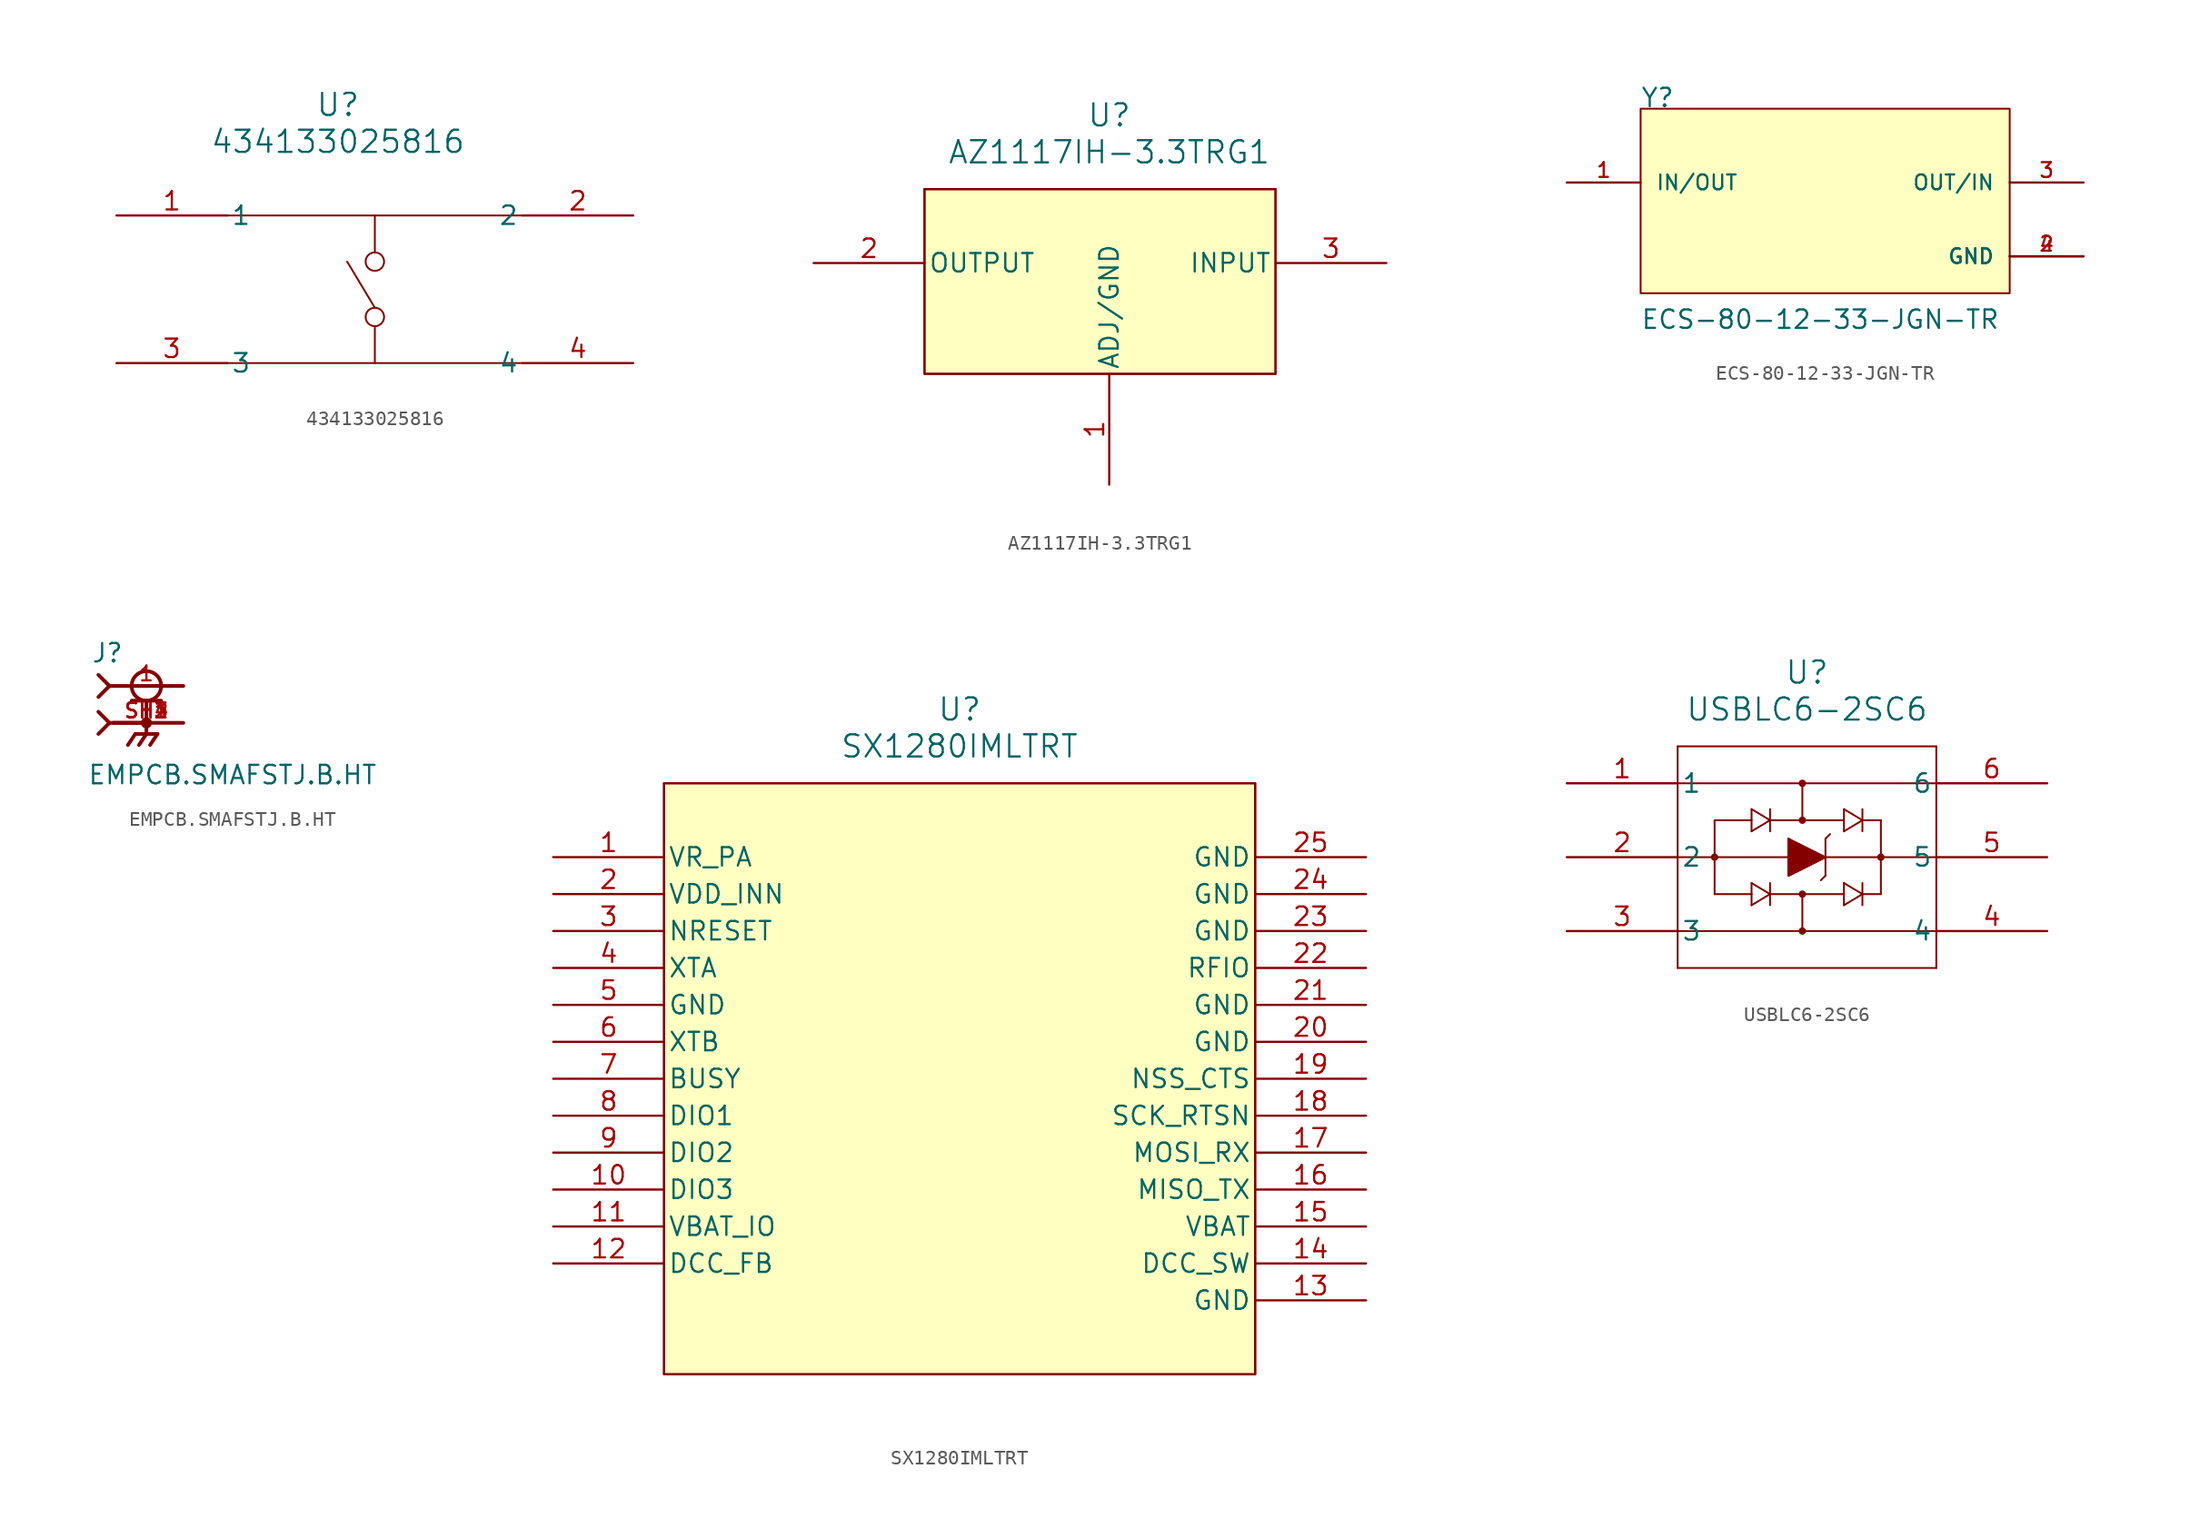
<source format=kicad_sym>
(kicad_symbol_lib
  (version 20220914)
  (generator kicad_symbol_editor)
  (symbol "434133025816"
    (pin_names
      (offset 0.254))
    (property "Reference" "U"
      (at 15.24 7.62 0)
      (effects (font (size 1.524 1.524))))
    (property "Value" "434133025816"
      (at 15.24 5.08 0)
      (effects (font (size 1.524 1.524))))
    (property "ki_locked" ""
      (at 0 0 0)
      (effects (font (size 1.27 1.27))))
    (symbol "434133025816_0_1"
      (polyline (pts (xy 7.62 -10.16) (xy 27.94 -10.16)) (stroke (width 0.127) (type default)) (fill (type none)))
      (polyline (pts (xy 7.62 0) (xy 27.94 0)) (stroke (width 0.127) (type default)) (fill (type none)))
      (polyline (pts (xy 17.78 -10.16) (xy 17.78 -7.62)) (stroke (width 0.127) (type default)) (fill (type none)))
      (polyline (pts (xy 17.78 -6.35) (xy 15.875 -3.175)) (stroke (width 0.127) (type default)) (fill (type none)))
      (polyline (pts (xy 17.78 0) (xy 17.78 -2.54)) (stroke (width 0.127) (type default)) (fill (type none)))
      (circle (center 17.78 -6.985) (radius 0.635) (stroke (width 0.127) (type default)) (fill (type none)))
      (circle (center 17.78 -3.175) (radius 0.635) (stroke (width 0.127) (type default)) (fill (type none)))
      (pin unspecified line (at 0 0 0) (length 7.62) (name "1" (effects (font (size 1.27 1.27)))) (number "1" (effects (font (size 1.27 1.27)))))
      (pin unspecified line (at 35.56 0 180) (length 7.62) (name "2" (effects (font (size 1.27 1.27)))) (number "2" (effects (font (size 1.27 1.27)))))
      (pin unspecified line (at 0 -10.16 0) (length 7.62) (name "3" (effects (font (size 1.27 1.27)))) (number "3" (effects (font (size 1.27 1.27)))))
      (pin unspecified line (at 35.56 -10.16 180) (length 7.62) (name "4" (effects (font (size 1.27 1.27)))) (number "4" (effects (font (size 1.27 1.27)))))))
  (symbol "AZ1117IH-3.3TRG1"
    (pin_names
      (offset 0.254))
    (property "Reference" "U"
      (at 0 11.43 0)
      (effects (font (size 1.524 1.524))))
    (property "Value" "AZ1117IH-3.3TRG1"
      (at 0 8.89 0)
      (effects (font (size 1.524 1.524))))
    (property "ki_locked" ""
      (at 0 0 0)
      (effects (font (size 1.27 1.27))))
    (symbol "AZ1117IH-3.3TRG1_0_1"
      (polyline (pts (xy -12.7 -6.35) (xy 11.43 -6.35)) (stroke (width 0.127) (type default)) (fill (type none)))
      (polyline (pts (xy -12.7 6.35) (xy -12.7 -6.35)) (stroke (width 0.127) (type default)) (fill (type none)))
      (polyline (pts (xy 11.43 -6.35) (xy 11.43 6.35)) (stroke (width 0.127) (type default)) (fill (type none)))
      (polyline (pts (xy 11.43 6.35) (xy -12.7 6.35)) (stroke (width 0.127) (type default)) (fill (type none)))
      (pin power_out line (at 0 -13.97 90) (length 7.62) (name "ADJ/GND" (effects (font (size 1.27 1.27)))) (number "1" (effects (font (size 1.27 1.27)))))
      (pin output line (at -20.32 1.27 0) (length 7.62) (name "OUTPUT" (effects (font (size 1.27 1.27)))) (number "2" (effects (font (size 1.27 1.27)))))
      (pin unspecified line (at 19.05 1.27 180) (length 7.62) (name "INPUT" (effects (font (size 1.27 1.27)))) (number "3" (effects (font (size 1.27 1.27))))))
    (symbol "AZ1117IH-3.3TRG1_1_1"
      (rectangle (start -12.7 6.35) (end 11.43 -6.35) (stroke (width 0) (type default)) (fill (type background)))))
  (symbol "ECS-80-12-33-JGN-TR"
    (pin_names
      (offset 1.016))
    (property "Reference" "Y"
      (at -12.717 7.63 0)
      (effects (font (size 1.27 1.27)) (justify left bottom)))
    (property "Value" "ECS-80-12-33-JGN-TR"
      (at -12.715 -7.629 0)
      (effects (font (size 1.27 1.27)) (justify left bottom)))
    (symbol "ECS-80-12-33-JGN-TR_0_0"
      (rectangle (start -12.7 -5.08) (end 12.7 7.62) (stroke (width 0.127) (type default)) (fill (type background)))
      (pin bidirectional line (at -17.78 2.54 0) (length 5.08) (name "IN/OUT" (effects (font (size 1.016 1.016)))) (number "1" (effects (font (size 1.016 1.016)))))
      (pin power_in line (at 17.78 -2.54 180) (length 5.08) (name "GND" (effects (font (size 1.016 1.016)))) (number "2" (effects (font (size 1.016 1.016)))))
      (pin bidirectional line (at 17.78 2.54 180) (length 5.08) (name "OUT/IN" (effects (font (size 1.016 1.016)))) (number "3" (effects (font (size 1.016 1.016)))))
      (pin power_in line (at 17.78 -2.54 180) (length 5.08) (name "GND" (effects (font (size 1.016 1.016)))) (number "4" (effects (font (size 1.016 1.016)))))))
  (symbol "EMPCB.SMAFSTJ.B.HT"
    (pin_names
      (offset 1.016))
    (property "Reference" "J"
      (at -3.81 4.064 0)
      (effects (font (size 1.27 1.27)) (justify left bottom)))
    (property "Value" "EMPCB.SMAFSTJ.B.HT"
      (at -4.067 -4.321 0)
      (effects (font (size 1.27 1.27)) (justify left bottom)))
    (symbol "EMPCB.SMAFSTJ.B.HT_0_0"
      (polyline (pts (xy -3.302 -0.762) (xy -2.54 0)) (stroke (width 0.254) (type default)) (fill (type none)))
      (polyline (pts (xy -3.302 0.762) (xy -2.54 0)) (stroke (width 0.254) (type default)) (fill (type none)))
      (polyline (pts (xy -3.302 1.778) (xy -2.54 2.54)) (stroke (width 0.254) (type default)) (fill (type none)))
      (polyline (pts (xy -3.302 3.302) (xy -2.54 2.54)) (stroke (width 0.254) (type default)) (fill (type none)))
      (polyline (pts (xy -2.54 0) (xy 0 0)) (stroke (width 0.254) (type default)) (fill (type none)))
      (polyline (pts (xy -2.54 2.54) (xy 2.54 2.54)) (stroke (width 0.254) (type default)) (fill (type none)))
      (polyline (pts (xy -1.016 1.524) (xy 0 1.524)) (stroke (width 0.254) (type default)) (fill (type none)))
      (polyline (pts (xy -0.762 -0.762) (xy -1.27 -1.524)) (stroke (width 0.254) (type default)) (fill (type none)))
      (polyline (pts (xy 0 -0.762) (xy -0.762 -0.762)) (stroke (width 0.254) (type default)) (fill (type none)))
      (polyline (pts (xy 0 -0.762) (xy -0.508 -1.524)) (stroke (width 0.254) (type default)) (fill (type none)))
      (polyline (pts (xy 0 -0.762) (xy 0.762 -0.762)) (stroke (width 0.254) (type default)) (fill (type none)))
      (polyline (pts (xy 0 0) (xy -2.286 0)) (stroke (width 0.254) (type default)) (fill (type none)))
      (polyline (pts (xy 0 0) (xy 0 -0.762)) (stroke (width 0.254) (type default)) (fill (type none)))
      (polyline (pts (xy 0 1.524) (xy 0 0)) (stroke (width 0.254) (type default)) (fill (type none)))
      (polyline (pts (xy 0 1.524) (xy 1.016 1.524)) (stroke (width 0.254) (type default)) (fill (type none)))
      (polyline (pts (xy 0.762 -0.762) (xy 0.254 -1.524)) (stroke (width 0.254) (type default)) (fill (type none)))
      (polyline (pts (xy 2.54 0) (xy 0 0)) (stroke (width 0.254) (type default)) (fill (type none)))
      (circle (center 0 0) (radius 0.254) (stroke (width 0.254) (type default)) (fill (type none)))
      (circle (center 0 2.54) (radius 1.016) (stroke (width 0.254) (type default)) (fill (type none)))
      (pin passive line (at 2.54 2.54 180) (length 5.08) (name "~" (effects (font (size 1.016 1.016)))) (number "1" (effects (font (size 1.016 1.016)))))
      (pin passive line (at 2.54 0 180) (length 5.08) (name "~" (effects (font (size 1.016 1.016)))) (number "SH1" (effects (font (size 1.016 1.016)))))
      (pin passive line (at 2.54 0 180) (length 5.08) (name "~" (effects (font (size 1.016 1.016)))) (number "SH2" (effects (font (size 1.016 1.016)))))
      (pin passive line (at 2.54 0 180) (length 5.08) (name "~" (effects (font (size 1.016 1.016)))) (number "SH3" (effects (font (size 1.016 1.016)))))
      (pin passive line (at 2.54 0 180) (length 5.08) (name "~" (effects (font (size 1.016 1.016)))) (number "SH4" (effects (font (size 1.016 1.016)))))))
  (symbol "SX1280IMLTRT"
    (pin_names
      (offset 0.254))
    (property "Reference" "U"
      (at 27.94 10.16 0)
      (effects (font (size 1.524 1.524))))
    (property "Value" "SX1280IMLTRT"
      (at 27.94 7.62 0)
      (effects (font (size 1.524 1.524))))
    (property "ki_locked" ""
      (at 0 0 0)
      (effects (font (size 1.27 1.27))))
    (symbol "SX1280IMLTRT_0_1"
      (polyline (pts (xy 7.62 -35.56) (xy 48.26 -35.56)) (stroke (width 0.127) (type default)) (fill (type none)))
      (polyline (pts (xy 7.62 5.08) (xy 7.62 -35.56)) (stroke (width 0.127) (type default)) (fill (type none)))
      (polyline (pts (xy 48.26 -35.56) (xy 48.26 5.08)) (stroke (width 0.127) (type default)) (fill (type none)))
      (polyline (pts (xy 48.26 5.08) (xy 7.62 5.08)) (stroke (width 0.127) (type default)) (fill (type none)))
      (pin power_in line (at 0 0 0) (length 7.62) (name "VR_PA" (effects (font (size 1.27 1.27)))) (number "1" (effects (font (size 1.27 1.27)))))
      (pin bidirectional line (at 0 -22.86 0) (length 7.62) (name "DIO3" (effects (font (size 1.27 1.27)))) (number "10" (effects (font (size 1.27 1.27)))))
      (pin power_in line (at 0 -25.4 0) (length 7.62) (name "VBAT_IO" (effects (font (size 1.27 1.27)))) (number "11" (effects (font (size 1.27 1.27)))))
      (pin output line (at 0 -27.94 0) (length 7.62) (name "DCC_FB" (effects (font (size 1.27 1.27)))) (number "12" (effects (font (size 1.27 1.27)))))
      (pin power_out line (at 55.88 -30.48 180) (length 7.62) (name "GND" (effects (font (size 1.27 1.27)))) (number "13" (effects (font (size 1.27 1.27)))))
      (pin output line (at 55.88 -27.94 180) (length 7.62) (name "DCC_SW" (effects (font (size 1.27 1.27)))) (number "14" (effects (font (size 1.27 1.27)))))
      (pin power_in line (at 55.88 -25.4 180) (length 7.62) (name "VBAT" (effects (font (size 1.27 1.27)))) (number "15" (effects (font (size 1.27 1.27)))))
      (pin output line (at 55.88 -22.86 180) (length 7.62) (name "MISO_TX" (effects (font (size 1.27 1.27)))) (number "16" (effects (font (size 1.27 1.27)))))
      (pin input line (at 55.88 -20.32 180) (length 7.62) (name "MOSI_RX" (effects (font (size 1.27 1.27)))) (number "17" (effects (font (size 1.27 1.27)))))
      (pin input line (at 55.88 -17.78 180) (length 7.62) (name "SCK_RTSN" (effects (font (size 1.27 1.27)))) (number "18" (effects (font (size 1.27 1.27)))))
      (pin input line (at 55.88 -15.24 180) (length 7.62) (name "NSS_CTS" (effects (font (size 1.27 1.27)))) (number "19" (effects (font (size 1.27 1.27)))))
      (pin power_in line (at 0 -2.54 0) (length 7.62) (name "VDD_INN" (effects (font (size 1.27 1.27)))) (number "2" (effects (font (size 1.27 1.27)))))
      (pin power_out line (at 55.88 -12.7 180) (length 7.62) (name "GND" (effects (font (size 1.27 1.27)))) (number "20" (effects (font (size 1.27 1.27)))))
      (pin power_out line (at 55.88 -10.16 180) (length 7.62) (name "GND" (effects (font (size 1.27 1.27)))) (number "21" (effects (font (size 1.27 1.27)))))
      (pin bidirectional line (at 55.88 -7.62 180) (length 7.62) (name "RFIO" (effects (font (size 1.27 1.27)))) (number "22" (effects (font (size 1.27 1.27)))))
      (pin power_out line (at 55.88 -5.08 180) (length 7.62) (name "GND" (effects (font (size 1.27 1.27)))) (number "23" (effects (font (size 1.27 1.27)))))
      (pin power_out line (at 55.88 -2.54 180) (length 7.62) (name "GND" (effects (font (size 1.27 1.27)))) (number "24" (effects (font (size 1.27 1.27)))))
      (pin power_out line (at 55.88 0 180) (length 7.62) (name "GND" (effects (font (size 1.27 1.27)))) (number "25" (effects (font (size 1.27 1.27)))))
      (pin input line (at 0 -5.08 0) (length 7.62) (name "NRESET" (effects (font (size 1.27 1.27)))) (number "3" (effects (font (size 1.27 1.27)))))
      (pin bidirectional line (at 0 -7.62 0) (length 7.62) (name "XTA" (effects (font (size 1.27 1.27)))) (number "4" (effects (font (size 1.27 1.27)))))
      (pin power_out line (at 0 -10.16 0) (length 7.62) (name "GND" (effects (font (size 1.27 1.27)))) (number "5" (effects (font (size 1.27 1.27)))))
      (pin bidirectional line (at 0 -12.7 0) (length 7.62) (name "XTB" (effects (font (size 1.27 1.27)))) (number "6" (effects (font (size 1.27 1.27)))))
      (pin output line (at 0 -15.24 0) (length 7.62) (name "BUSY" (effects (font (size 1.27 1.27)))) (number "7" (effects (font (size 1.27 1.27)))))
      (pin bidirectional line (at 0 -17.78 0) (length 7.62) (name "DIO1" (effects (font (size 1.27 1.27)))) (number "8" (effects (font (size 1.27 1.27)))))
      (pin bidirectional line (at 0 -20.32 0) (length 7.62) (name "DIO2" (effects (font (size 1.27 1.27)))) (number "9" (effects (font (size 1.27 1.27))))))
    (symbol "SX1280IMLTRT_1_1"
      (rectangle (start 7.62 5.08) (end 48.26 -35.56) (stroke (width 0) (type default)) (fill (type background)))))
  (symbol "USBLC6-2SC6"
    (pin_names
      (offset 0.254))
    (property "Reference" "U"
      (at 16.51 7.62 0)
      (effects (font (size 1.524 1.524))))
    (property "Value" "USBLC6-2SC6"
      (at 16.51 5.08 0)
      (effects (font (size 1.524 1.524))))
    (property "ki_locked" ""
      (at 0 0 0)
      (effects (font (size 1.27 1.27))))
    (symbol "USBLC6-2SC6_0_1"
      (polyline (pts (xy 7.62 -12.7) (xy 25.4 -12.7)) (stroke (width 0.127) (type default)) (fill (type none)))
      (polyline (pts (xy 7.62 -10.16) (xy 25.4 -10.16)) (stroke (width 0.127) (type default)) (fill (type none)))
      (polyline (pts (xy 7.62 -5.08) (xy 25.4 -5.08)) (stroke (width 0.127) (type default)) (fill (type none)))
      (polyline (pts (xy 7.62 0) (xy 25.4 0)) (stroke (width 0.127) (type default)) (fill (type none)))
      (polyline (pts (xy 7.62 2.54) (xy 7.62 -12.7)) (stroke (width 0.127) (type default)) (fill (type none)))
      (polyline (pts (xy 10.16 -7.62) (xy 12.7 -7.62)) (stroke (width 0.127) (type default)) (fill (type none)))
      (polyline (pts (xy 10.16 -2.54) (xy 10.16 -7.62)) (stroke (width 0.127) (type default)) (fill (type none)))
      (polyline (pts (xy 12.7 -8.382) (xy 13.97 -7.62)) (stroke (width 0.127) (type default)) (fill (type none)))
      (polyline (pts (xy 12.7 -6.858) (xy 12.7 -8.382)) (stroke (width 0.127) (type default)) (fill (type none)))
      (polyline (pts (xy 12.7 -3.302) (xy 13.97 -2.54)) (stroke (width 0.127) (type default)) (fill (type none)))
      (polyline (pts (xy 12.7 -2.54) (xy 10.16 -2.54)) (stroke (width 0.127) (type default)) (fill (type none)))
      (polyline (pts (xy 12.7 -1.778) (xy 12.7 -3.302)) (stroke (width 0.127) (type default)) (fill (type none)))
      (polyline (pts (xy 13.97 -7.62) (xy 12.7 -6.858)) (stroke (width 0.127) (type default)) (fill (type none)))
      (polyline (pts (xy 13.97 -7.62) (xy 19.05 -7.62)) (stroke (width 0.127) (type default)) (fill (type none)))
      (polyline (pts (xy 13.97 -6.858) (xy 13.97 -8.382)) (stroke (width 0.127) (type default)) (fill (type none)))
      (polyline (pts (xy 13.97 -2.54) (xy 12.7 -1.778)) (stroke (width 0.127) (type default)) (fill (type none)))
      (polyline (pts (xy 13.97 -2.54) (xy 19.05 -2.54)) (stroke (width 0.127) (type default)) (fill (type none)))
      (polyline (pts (xy 13.97 -1.778) (xy 13.97 -3.302)) (stroke (width 0.127) (type default)) (fill (type none)))
      (polyline (pts (xy 15.24 -6.35) (xy 17.78 -5.08)) (stroke (width 0.127) (type default)) (fill (type none)))
      (polyline (pts (xy 15.24 -3.81) (xy 15.24 -6.35)) (stroke (width 0.127) (type default)) (fill (type none)))
      (polyline (pts (xy 16.192 -7.62) (xy 16.192 -10.16)) (stroke (width 0.127) (type default)) (fill (type none)))
      (polyline (pts (xy 16.192 -2.54) (xy 16.192 0)) (stroke (width 0.127) (type default)) (fill (type none)))
      (polyline (pts (xy 17.78 -6.35) (xy 17.462 -6.668)) (stroke (width 0.127) (type default)) (fill (type none)))
      (polyline (pts (xy 17.78 -5.08) (xy 15.24 -3.81)) (stroke (width 0.127) (type default)) (fill (type none)))
      (polyline (pts (xy 17.78 -3.81) (xy 17.78 -6.35)) (stroke (width 0.127) (type default)) (fill (type none)))
      (polyline (pts (xy 17.78 -3.81) (xy 18.098 -3.493)) (stroke (width 0.127) (type default)) (fill (type none)))
      (polyline (pts (xy 19.05 -8.382) (xy 19.05 -6.858)) (stroke (width 0.127) (type default)) (fill (type none)))
      (polyline (pts (xy 19.05 -6.858) (xy 20.32 -7.62)) (stroke (width 0.127) (type default)) (fill (type none)))
      (polyline (pts (xy 19.05 -3.302) (xy 19.05 -1.778)) (stroke (width 0.127) (type default)) (fill (type none)))
      (polyline (pts (xy 19.05 -1.778) (xy 20.32 -2.54)) (stroke (width 0.127) (type default)) (fill (type none)))
      (polyline (pts (xy 20.32 -8.382) (xy 20.32 -6.858)) (stroke (width 0.127) (type default)) (fill (type none)))
      (polyline (pts (xy 20.32 -7.62) (xy 19.05 -8.382)) (stroke (width 0.127) (type default)) (fill (type none)))
      (polyline (pts (xy 20.32 -7.62) (xy 21.59 -7.62)) (stroke (width 0.127) (type default)) (fill (type none)))
      (polyline (pts (xy 20.32 -3.302) (xy 20.32 -1.778)) (stroke (width 0.127) (type default)) (fill (type none)))
      (polyline (pts (xy 20.32 -2.54) (xy 19.05 -3.302)) (stroke (width 0.127) (type default)) (fill (type none)))
      (polyline (pts (xy 20.32 -2.54) (xy 21.59 -2.54)) (stroke (width 0.127) (type default)) (fill (type none)))
      (polyline (pts (xy 21.59 -7.62) (xy 21.59 -2.54)) (stroke (width 0.127) (type default)) (fill (type none)))
      (polyline (pts (xy 25.4 -12.7) (xy 25.4 2.54)) (stroke (width 0.127) (type default)) (fill (type none)))
      (polyline (pts (xy 25.4 2.54) (xy 7.62 2.54)) (stroke (width 0.127) (type default)) (fill (type none)))
      (polyline (pts (xy 15.24 -3.81) (xy 15.24 -6.35) (xy 17.78 -5.08)) (stroke (width 0) (type default)) (fill (type outline)))
      (circle (center 10.16 -5.08) (radius 0.127) (stroke (width 0.254) (type default)) (fill (type none)))
      (circle (center 16.192 -10.16) (radius 0.127) (stroke (width 0.254) (type default)) (fill (type none)))
      (circle (center 16.192 -7.62) (radius 0.127) (stroke (width 0.254) (type default)) (fill (type none)))
      (circle (center 16.192 -2.54) (radius 0.127) (stroke (width 0.254) (type default)) (fill (type none)))
      (circle (center 16.192 0) (radius 0.127) (stroke (width 0.254) (type default)) (fill (type none)))
      (circle (center 21.59 -5.08) (radius 0.127) (stroke (width 0.254) (type default)) (fill (type none)))
      (pin unspecified line (at 0 0 0) (length 7.62) (name "1" (effects (font (size 1.27 1.27)))) (number "1" (effects (font (size 1.27 1.27)))))
      (pin unspecified line (at 0 -5.08 0) (length 7.62) (name "2" (effects (font (size 1.27 1.27)))) (number "2" (effects (font (size 1.27 1.27)))))
      (pin unspecified line (at 0 -10.16 0) (length 7.62) (name "3" (effects (font (size 1.27 1.27)))) (number "3" (effects (font (size 1.27 1.27)))))
      (pin unspecified line (at 33.02 -10.16 180) (length 7.62) (name "4" (effects (font (size 1.27 1.27)))) (number "4" (effects (font (size 1.27 1.27)))))
      (pin unspecified line (at 33.02 -5.08 180) (length 7.62) (name "5" (effects (font (size 1.27 1.27)))) (number "5" (effects (font (size 1.27 1.27)))))
      (pin unspecified line (at 33.02 0 180) (length 7.62) (name "6" (effects (font (size 1.27 1.27)))) (number "6" (effects (font (size 1.27 1.27))))))))
</source>
